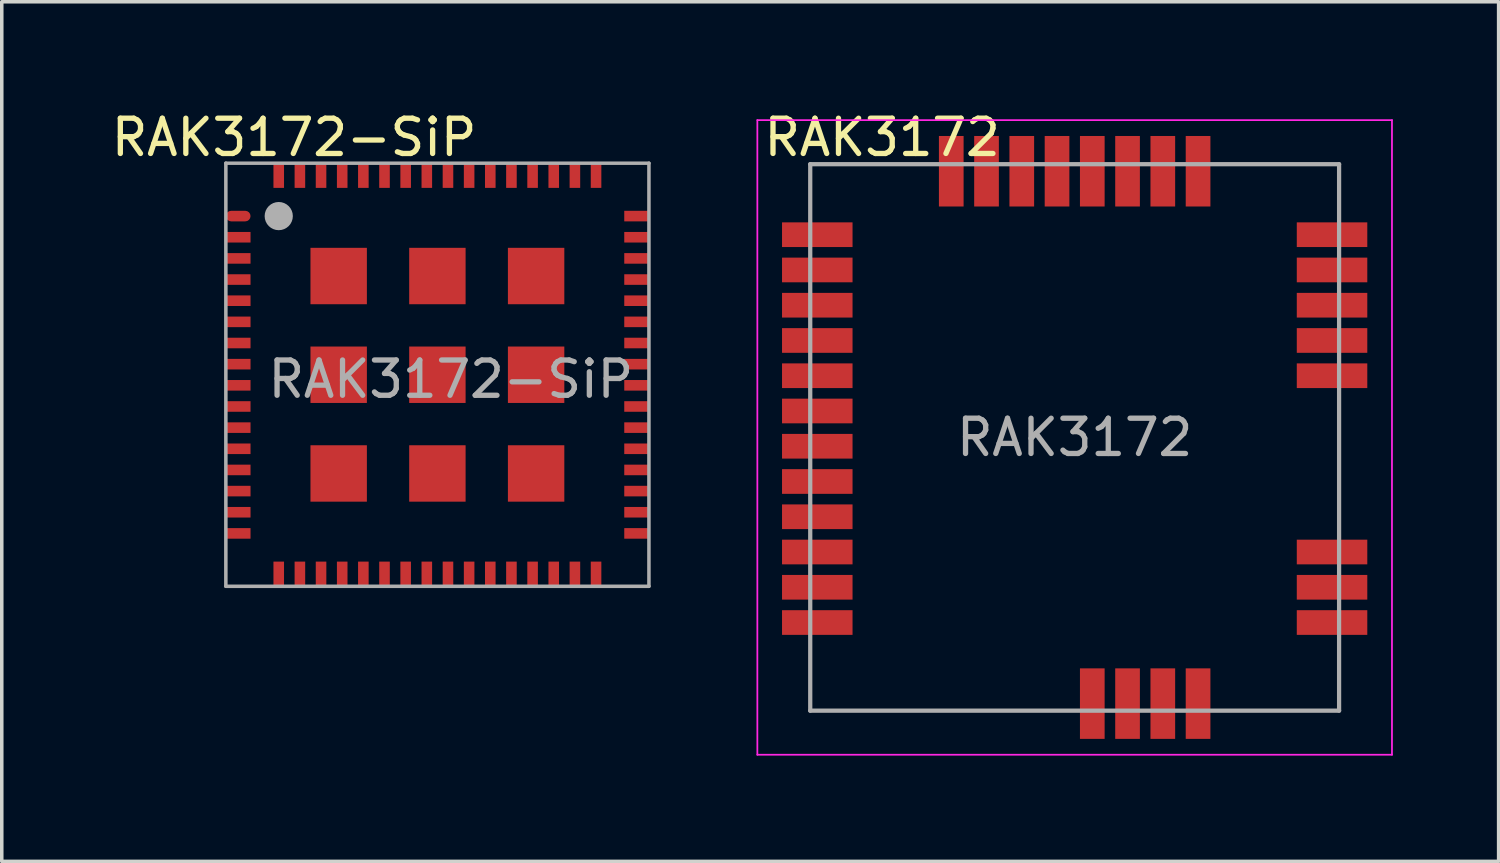
<source format=kicad_pcb>
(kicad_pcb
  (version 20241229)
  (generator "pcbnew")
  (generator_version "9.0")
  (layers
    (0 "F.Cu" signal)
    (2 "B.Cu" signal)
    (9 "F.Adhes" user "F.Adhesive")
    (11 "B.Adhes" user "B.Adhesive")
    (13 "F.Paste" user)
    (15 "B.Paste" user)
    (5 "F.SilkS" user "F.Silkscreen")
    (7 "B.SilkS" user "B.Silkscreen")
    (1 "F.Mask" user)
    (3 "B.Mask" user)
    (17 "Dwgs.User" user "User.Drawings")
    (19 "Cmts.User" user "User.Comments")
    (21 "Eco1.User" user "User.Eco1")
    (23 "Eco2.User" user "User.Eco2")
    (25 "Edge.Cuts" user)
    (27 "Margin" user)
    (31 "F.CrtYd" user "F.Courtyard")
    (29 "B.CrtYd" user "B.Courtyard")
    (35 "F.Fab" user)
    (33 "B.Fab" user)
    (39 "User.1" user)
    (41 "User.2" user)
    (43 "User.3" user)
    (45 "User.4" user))
  (footprint "RAK3172-SiP"
    (layer "F.Cu")
    (at 9.356 7.579)
    (property "Reference" "RAK3172-SiP" (at -4.064 -6.731 0) (unlocked yes) (layer "F.SilkS") (effects (font (size 1 1) (thickness 0.15))))
    (attr smd)
    (fp_line (start -6 -6) (end 6 -6) (stroke (width 0.1) (type solid)) (layer "F.Fab"))
    (fp_line (start -6 6) (end -6 -6) (stroke (width 0.1) (type solid)) (layer "F.Fab"))
    (fp_line (start 6 -6) (end 6 6) (stroke (width 0.1) (type solid)) (layer "F.Fab"))
    (fp_line (start 6 6) (end -6 6) (stroke (width 0.1) (type solid)) (layer "F.Fab"))
    (fp_circle (center -4.5 -4.5) (end -4.3 -4.5) (stroke (width 0.4) (type solid)) (fill no) (layer "F.Fab"))
    (fp_text user "${REFERENCE}" (at 0.381 0.127 0) (unlocked yes) (layer "F.Fab") (effects (font (size 1 1) (thickness 0.15))))
    (pad "1" smd roundrect (at -5.65 -4.5 90) (size 0.3 0.7) (layers "F.Cu" "F.Mask" "F.Paste") (roundrect_rratio 0.5))
    (pad "2" smd rect (at -5.65 -3.9 90) (size 0.3 0.7) (layers "F.Cu" "F.Mask" "F.Paste"))
    (pad "3" smd rect (at -5.65 -3.3 90) (size 0.3 0.7) (layers "F.Cu" "F.Mask" "F.Paste"))
    (pad "4" smd rect (at -5.65 -2.7 90) (size 0.3 0.7) (layers "F.Cu" "F.Mask" "F.Paste"))
    (pad "5" smd rect (at -5.65 -2.1 90) (size 0.3 0.7) (layers "F.Cu" "F.Mask" "F.Paste"))
    (pad "6" smd rect (at -5.65 -1.5 90) (size 0.3 0.7) (layers "F.Cu" "F.Mask" "F.Paste"))
    (pad "7" smd rect (at -5.65 -0.9 90) (size 0.3 0.7) (layers "F.Cu" "F.Mask" "F.Paste"))
    (pad "8" smd rect (at -5.65 -0.3 90) (size 0.3 0.7) (layers "F.Cu" "F.Mask" "F.Paste"))
    (pad "9" smd rect (at -5.65 0.3 90) (size 0.3 0.7) (layers "F.Cu" "F.Mask" "F.Paste"))
    (pad "10" smd rect (at -5.65 0.9 90) (size 0.3 0.7) (layers "F.Cu" "F.Mask" "F.Paste"))
    (pad "11" smd rect (at -5.65 1.5 90) (size 0.3 0.7) (layers "F.Cu" "F.Mask" "F.Paste"))
    (pad "12" smd rect (at -5.65 2.1 90) (size 0.3 0.7) (layers "F.Cu" "F.Mask" "F.Paste"))
    (pad "13" smd rect (at -5.65 2.7 90) (size 0.3 0.7) (layers "F.Cu" "F.Mask" "F.Paste"))
    (pad "14" smd rect (at -5.65 3.3 90) (size 0.3 0.7) (layers "F.Cu" "F.Mask" "F.Paste"))
    (pad "15" smd rect (at -5.65 3.9 90) (size 0.3 0.7) (layers "F.Cu" "F.Mask" "F.Paste"))
    (pad "16" smd rect (at -5.65 4.5 90) (size 0.3 0.7) (layers "F.Cu" "F.Mask" "F.Paste"))
    (pad "17" smd rect (at -4.5 5.65 180) (size 0.3 0.7) (layers "F.Cu" "F.Mask" "F.Paste"))
    (pad "18" smd rect (at -3.9 5.65 180) (size 0.3 0.7) (layers "F.Cu" "F.Mask" "F.Paste"))
    (pad "19" smd rect (at -3.3 5.65 180) (size 0.3 0.7) (layers "F.Cu" "F.Mask" "F.Paste"))
    (pad "20" smd rect (at -2.7 5.65 180) (size 0.3 0.7) (layers "F.Cu" "F.Mask" "F.Paste"))
    (pad "21" smd rect (at -2.1 5.65 180) (size 0.3 0.7) (layers "F.Cu" "F.Mask" "F.Paste"))
    (pad "22" smd rect (at -1.5 5.65 180) (size 0.3 0.7) (layers "F.Cu" "F.Mask" "F.Paste"))
    (pad "23" smd rect (at -0.9 5.65 180) (size 0.3 0.7) (layers "F.Cu" "F.Mask" "F.Paste"))
    (pad "24" smd rect (at -0.3 5.65 180) (size 0.3 0.7) (layers "F.Cu" "F.Mask" "F.Paste"))
    (pad "25" smd rect (at 0.3 5.65 180) (size 0.3 0.7) (layers "F.Cu" "F.Mask" "F.Paste"))
    (pad "26" smd rect (at 0.9 5.65 180) (size 0.3 0.7) (layers "F.Cu" "F.Mask" "F.Paste"))
    (pad "27" smd rect (at 1.5 5.65 180) (size 0.3 0.7) (layers "F.Cu" "F.Mask" "F.Paste"))
    (pad "28" smd rect (at 2.1 5.65 180) (size 0.3 0.7) (layers "F.Cu" "F.Mask" "F.Paste"))
    (pad "29" smd rect (at 2.7 5.65 180) (size 0.3 0.7) (layers "F.Cu" "F.Mask" "F.Paste"))
    (pad "30" smd rect (at 3.3 5.65 180) (size 0.3 0.7) (layers "F.Cu" "F.Mask" "F.Paste"))
    (pad "31" smd rect (at 3.9 5.65 180) (size 0.3 0.7) (layers "F.Cu" "F.Mask" "F.Paste"))
    (pad "32" smd rect (at 4.5 5.65 180) (size 0.3 0.7) (layers "F.Cu" "F.Mask" "F.Paste"))
    (pad "33" smd rect (at 5.65 4.5 270) (size 0.3 0.7) (layers "F.Cu" "F.Mask" "F.Paste"))
    (pad "34" smd rect (at 5.65 3.9 270) (size 0.3 0.7) (layers "F.Cu" "F.Mask" "F.Paste"))
    (pad "35" smd rect (at 5.65 3.3 270) (size 0.3 0.7) (layers "F.Cu" "F.Mask" "F.Paste"))
    (pad "36" smd rect (at 5.65 2.7 270) (size 0.3 0.7) (layers "F.Cu" "F.Mask" "F.Paste"))
    (pad "37" smd rect (at 5.65 2.1 270) (size 0.3 0.7) (layers "F.Cu" "F.Mask" "F.Paste"))
    (pad "38" smd rect (at 5.65 1.5 270) (size 0.3 0.7) (layers "F.Cu" "F.Mask" "F.Paste"))
    (pad "39" smd rect (at 5.65 0.9 270) (size 0.3 0.7) (layers "F.Cu" "F.Mask" "F.Paste"))
    (pad "40" smd rect (at 5.65 0.3 270) (size 0.3 0.7) (layers "F.Cu" "F.Mask" "F.Paste"))
    (pad "41" smd rect (at 5.65 -0.3 270) (size 0.3 0.7) (layers "F.Cu" "F.Mask" "F.Paste"))
    (pad "42" smd rect (at 5.65 -0.9 270) (size 0.3 0.7) (layers "F.Cu" "F.Mask" "F.Paste"))
    (pad "43" smd rect (at 5.65 -1.5 270) (size 0.3 0.7) (layers "F.Cu" "F.Mask" "F.Paste"))
    (pad "44" smd rect (at 5.65 -2.1 270) (size 0.3 0.7) (layers "F.Cu" "F.Mask" "F.Paste"))
    (pad "45" smd rect (at 5.65 -2.7 270) (size 0.3 0.7) (layers "F.Cu" "F.Mask" "F.Paste"))
    (pad "46" smd rect (at 5.65 -3.3 270) (size 0.3 0.7) (layers "F.Cu" "F.Mask" "F.Paste"))
    (pad "47" smd rect (at 5.65 -3.9 270) (size 0.3 0.7) (layers "F.Cu" "F.Mask" "F.Paste"))
    (pad "48" smd rect (at 5.65 -4.5 270) (size 0.3 0.7) (layers "F.Cu" "F.Mask" "F.Paste"))
    (pad "49" smd rect (at 4.5 -5.65) (size 0.3 0.7) (layers "F.Cu" "F.Mask" "F.Paste"))
    (pad "50" smd rect (at 3.9 -5.65) (size 0.3 0.7) (layers "F.Cu" "F.Mask" "F.Paste"))
    (pad "51" smd rect (at 3.3 -5.65) (size 0.3 0.7) (layers "F.Cu" "F.Mask" "F.Paste"))
    (pad "52" smd rect (at 2.7 -5.65) (size 0.3 0.7) (layers "F.Cu" "F.Mask" "F.Paste"))
    (pad "53" smd rect (at 2.1 -5.65) (size 0.3 0.7) (layers "F.Cu" "F.Mask" "F.Paste"))
    (pad "54" smd rect (at 1.5 -5.65) (size 0.3 0.7) (layers "F.Cu" "F.Mask" "F.Paste"))
    (pad "55" smd rect (at 0.9 -5.65) (size 0.3 0.7) (layers "F.Cu" "F.Mask" "F.Paste"))
    (pad "56" smd rect (at 0.3 -5.65) (size 0.3 0.7) (layers "F.Cu" "F.Mask" "F.Paste"))
    (pad "57" smd rect (at -0.3 -5.65) (size 0.3 0.7) (layers "F.Cu" "F.Mask" "F.Paste"))
    (pad "58" smd rect (at -0.9 -5.65) (size 0.3 0.7) (layers "F.Cu" "F.Mask" "F.Paste"))
    (pad "59" smd rect (at -1.5 -5.65) (size 0.3 0.7) (layers "F.Cu" "F.Mask" "F.Paste"))
    (pad "60" smd rect (at -2.1 -5.65) (size 0.3 0.7) (layers "F.Cu" "F.Mask" "F.Paste"))
    (pad "61" smd rect (at -2.7 -5.65) (size 0.3 0.7) (layers "F.Cu" "F.Mask" "F.Paste"))
    (pad "62" smd rect (at -3.3 -5.65) (size 0.3 0.7) (layers "F.Cu" "F.Mask" "F.Paste"))
    (pad "63" smd rect (at -3.9 -5.65) (size 0.3 0.7) (layers "F.Cu" "F.Mask" "F.Paste"))
    (pad "64" smd rect (at -4.5 -5.65) (size 0.3 0.7) (layers "F.Cu" "F.Mask" "F.Paste"))
    (pad "65" smd rect (at -2.8 -2.8) (size 1.6 1.6) (layers "F.Cu" "F.Mask" "F.Paste"))
    (pad "65" smd rect (at -2.8 0) (size 1.6 1.6) (layers "F.Cu" "F.Mask" "F.Paste"))
    (pad "65" smd rect (at -2.8 2.8) (size 1.6 1.6) (layers "F.Cu" "F.Mask" "F.Paste"))
    (pad "65" smd rect (at 0 -2.8) (size 1.6 1.6) (layers "F.Cu" "F.Mask" "F.Paste"))
    (pad "65" smd rect (at 0 0) (size 1.6 1.6) (layers "F.Cu" "F.Mask" "F.Paste"))
    (pad "65" smd rect (at 0 2.8) (size 1.6 1.6) (layers "F.Cu" "F.Mask" "F.Paste"))
    (pad "65" smd rect (at 2.8 -2.8) (size 1.6 1.6) (layers "F.Cu" "F.Mask" "F.Paste"))
    (pad "65" smd rect (at 2.8 0) (size 1.6 1.6) (layers "F.Cu" "F.Mask" "F.Paste"))
    (pad "65" smd rect (at 2.8 2.8) (size 1.6 1.6) (layers "F.Cu" "F.Mask" "F.Paste")))
  (footprint "RAK3172"
    (layer "F.Cu")
    (at 27.431 9.357)
    (property "Reference" "RAK3172" (at -5.461 -8.509 0) (layer "F.SilkS") (effects (font (size 1 1) (thickness 0.15))))
    (attr smd)
    (fp_line (start -9 -9) (end 9 -9) (stroke (width 0.05) (type default)) (layer "F.CrtYd"))
    (fp_line (start -9 9) (end -9 -9) (stroke (width 0.05) (type default)) (layer "F.CrtYd"))
    (fp_line (start 9 -9) (end 9 9) (stroke (width 0.05) (type default)) (layer "F.CrtYd"))
    (fp_line (start 9 9) (end -9 9) (stroke (width 0.05) (type default)) (layer "F.CrtYd"))
    (fp_line (start -7.5 -7.75) (end 7.5 -7.75) (stroke (width 0.12) (type solid)) (layer "F.Fab"))
    (fp_line (start -7.5 7.75) (end -7.5 -7.75) (stroke (width 0.12) (type solid)) (layer "F.Fab"))
    (fp_line (start 7.5 -7.75) (end 7.5 7.75) (stroke (width 0.12) (type solid)) (layer "F.Fab"))
    (fp_line (start 7.5 7.75) (end -7.5 7.75) (stroke (width 0.12) (type solid)) (layer "F.Fab"))
    (fp_text user "${REFERENCE}" (at 0 0 0) (layer "F.Fab") (effects (font (size 1 1) (thickness 0.15))))
    (pad "1" smd rect (at -7.3 -5.75) (size 2 0.7) (layers "F.Cu" "F.Mask" "F.Paste"))
    (pad "2" smd rect (at -7.3 -4.75) (size 2 0.7) (layers "F.Cu" "F.Mask" "F.Paste"))
    (pad "3" smd rect (at -7.3 -3.75) (size 2 0.7) (layers "F.Cu" "F.Mask" "F.Paste"))
    (pad "4" smd rect (at -7.3 -2.75) (size 2 0.7) (layers "F.Cu" "F.Mask" "F.Paste"))
    (pad "5" smd rect (at -7.3 -1.75) (size 2 0.7) (layers "F.Cu" "F.Mask" "F.Paste"))
    (pad "6" smd rect (at -7.3 -0.75) (size 2 0.7) (layers "F.Cu" "F.Mask" "F.Paste"))
    (pad "7" smd rect (at -7.3 0.25) (size 2 0.7) (layers "F.Cu" "F.Mask" "F.Paste"))
    (pad "8" smd rect (at -7.3 1.25) (size 2 0.7) (layers "F.Cu" "F.Mask" "F.Paste"))
    (pad "9" smd rect (at -7.3 2.25) (size 2 0.7) (layers "F.Cu" "F.Mask" "F.Paste"))
    (pad "10" smd rect (at -7.3 3.25) (size 2 0.7) (layers "F.Cu" "F.Mask" "F.Paste"))
    (pad "11" smd rect (at -7.3 4.25) (size 2 0.7) (layers "F.Cu" "F.Mask" "F.Paste"))
    (pad "12" smd rect (at -7.3 5.25) (size 2 0.7) (layers "F.Cu" "F.Mask" "F.Paste"))
    (pad "13" smd rect (at 0.5 7.55 90) (size 2 0.7) (layers "F.Cu" "F.Mask" "F.Paste"))
    (pad "14" smd rect (at 1.5 7.55 90) (size 2 0.7) (layers "F.Cu" "F.Mask" "F.Paste"))
    (pad "15" smd rect (at 2.5 7.55 90) (size 2 0.7) (layers "F.Cu" "F.Mask" "F.Paste"))
    (pad "16" smd rect (at 3.5 7.55 90) (size 2 0.7) (layers "F.Cu" "F.Mask" "F.Paste"))
    (pad "17" smd rect (at 7.3 5.25 180) (size 2 0.7) (layers "F.Cu" "F.Mask" "F.Paste"))
    (pad "18" smd rect (at 7.3 4.25 180) (size 2 0.7) (layers "F.Cu" "F.Mask" "F.Paste"))
    (pad "19" smd rect (at 7.3 3.25 180) (size 2 0.7) (layers "F.Cu" "F.Mask" "F.Paste"))
    (pad "20" smd rect (at 7.3 -1.75 180) (size 2 0.7) (layers "F.Cu" "F.Mask" "F.Paste"))
    (pad "21" smd rect (at 7.3 -2.75 180) (size 2 0.7) (layers "F.Cu" "F.Mask" "F.Paste"))
    (pad "22" smd rect (at 7.3 -3.75 180) (size 2 0.7) (layers "F.Cu" "F.Mask" "F.Paste"))
    (pad "23" smd rect (at 7.3 -4.75 180) (size 2 0.7) (layers "F.Cu" "F.Mask" "F.Paste"))
    (pad "24" smd rect (at 7.3 -5.75 180) (size 2 0.7) (layers "F.Cu" "F.Mask" "F.Paste"))
    (pad "25" smd rect (at 3.5 -7.55 270) (size 2 0.7) (layers "F.Cu" "F.Mask" "F.Paste"))
    (pad "26" smd rect (at 2.5 -7.55 270) (size 2 0.7) (layers "F.Cu" "F.Mask" "F.Paste"))
    (pad "27" smd rect (at 1.5 -7.55 270) (size 2 0.7) (layers "F.Cu" "F.Mask" "F.Paste"))
    (pad "28" smd rect (at 0.5 -7.55 270) (size 2 0.7) (layers "F.Cu" "F.Mask" "F.Paste"))
    (pad "29" smd rect (at -0.5 -7.55 270) (size 2 0.7) (layers "F.Cu" "F.Mask" "F.Paste"))
    (pad "30" smd rect (at -1.5 -7.55 270) (size 2 0.7) (layers "F.Cu" "F.Mask" "F.Paste"))
    (pad "31" smd rect (at -2.5 -7.55 270) (size 2 0.7) (layers "F.Cu" "F.Mask" "F.Paste"))
    (pad "32" smd rect (at -3.5 -7.55 270) (size 2 0.7) (layers "F.Cu" "F.Mask" "F.Paste")))
  (gr_rect
    (start -3 -3)
    (end 39.456 21.382)
    (stroke (width 0.1) (type default))
    (fill no)
    (layer "Edge.Cuts")))
</source>
